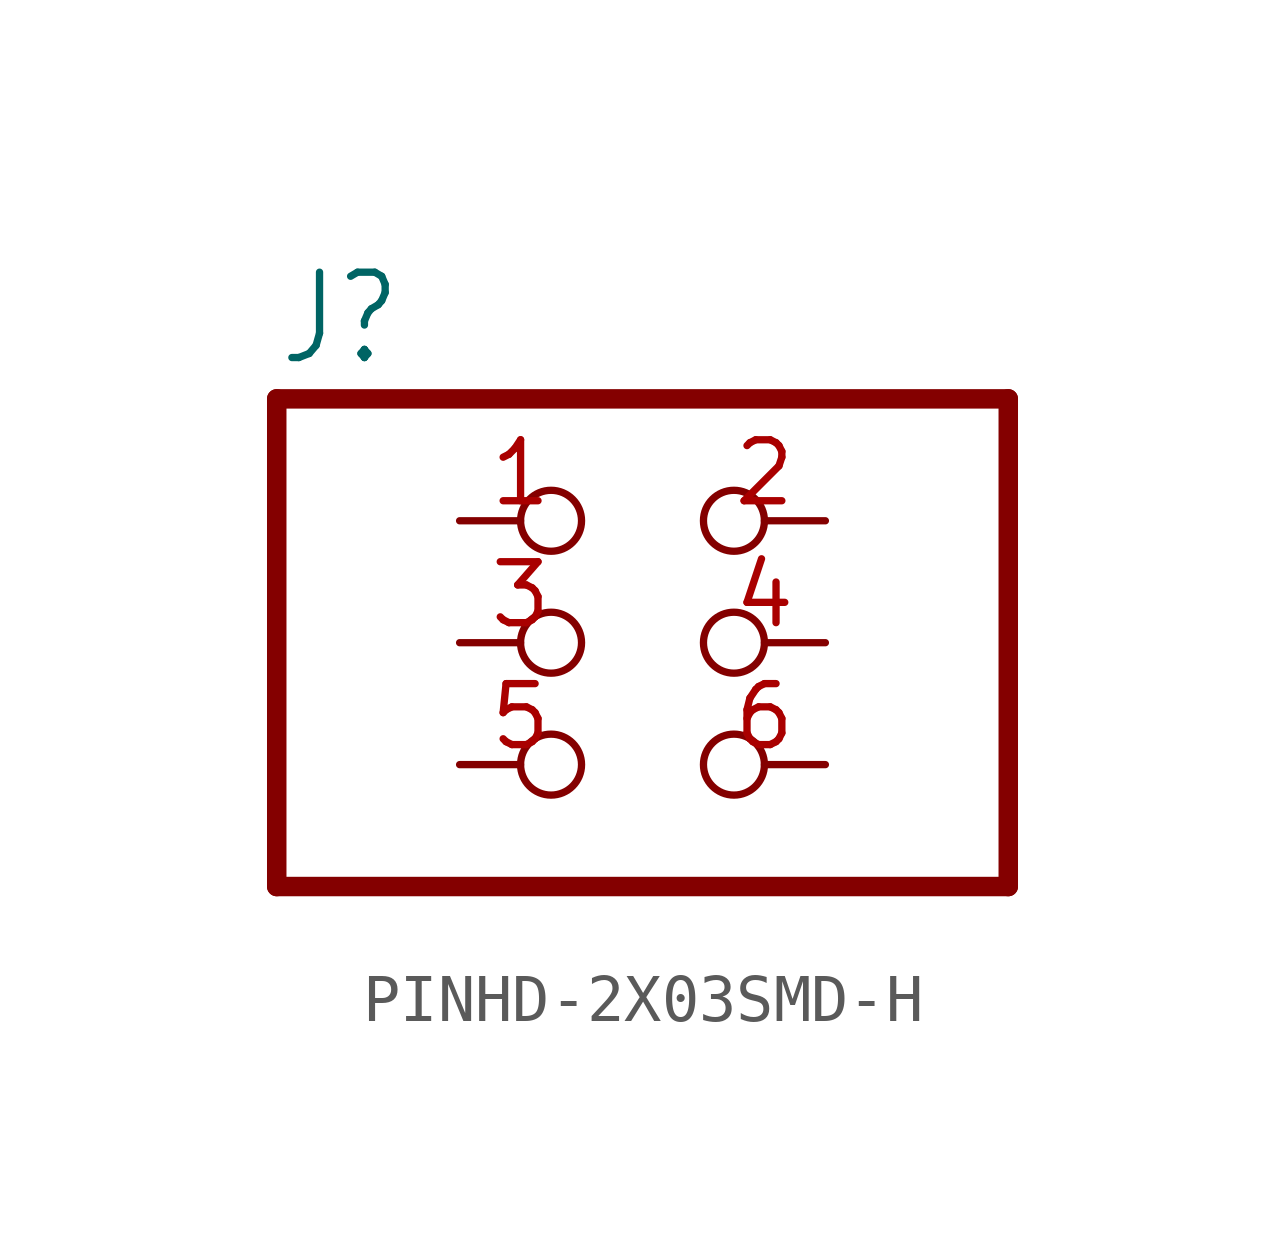
<source format=kicad_sym>
(kicad_symbol_lib
  (version 20231120)
  (generator "kicad_symbol_editor")
  (generator_version "8.0")
  (symbol "PINHD-2X03SMD-H"
    (property "Reference" "J"
      (at -6.35 5.715 0)
      (effects (font (size 1.778 1.511)) (justify left bottom)))
    (property "ki_locked" ""
      (at 0 0 0)
      (effects (font (size 1.27 1.27))))
    (symbol "PINHD-2X03SMD-H_1_0"
      (polyline (pts (xy -6.35 -5.08) (xy 8.89 -5.08)) (stroke (width 0.406) (type solid)) (fill (type none)))
      (polyline (pts (xy -6.35 5.08) (xy -6.35 -5.08)) (stroke (width 0.406) (type solid)) (fill (type none)))
      (polyline (pts (xy 8.89 -5.08) (xy 8.89 5.08)) (stroke (width 0.406) (type solid)) (fill (type none)))
      (polyline (pts (xy 8.89 5.08) (xy -6.35 5.08)) (stroke (width 0.406) (type solid)) (fill (type none)))
      (pin passive inverted (at -2.54 2.54 0) (length 2.54) (name "1" (effects (font (size 0 0)))) (number "1" (effects (font (size 1.27 1.27)))))
      (pin passive inverted (at 5.08 2.54 180) (length 2.54) (name "2" (effects (font (size 0 0)))) (number "2" (effects (font (size 1.27 1.27)))))
      (pin passive inverted (at -2.54 0 0) (length 2.54) (name "3" (effects (font (size 0 0)))) (number "3" (effects (font (size 1.27 1.27)))))
      (pin passive inverted (at 5.08 0 180) (length 2.54) (name "4" (effects (font (size 0 0)))) (number "4" (effects (font (size 1.27 1.27)))))
      (pin passive inverted (at -2.54 -2.54 0) (length 2.54) (name "5" (effects (font (size 0 0)))) (number "5" (effects (font (size 1.27 1.27)))))
      (pin passive inverted (at 5.08 -2.54 180) (length 2.54) (name "6" (effects (font (size 0 0)))) (number "6" (effects (font (size 1.27 1.27))))))))
</source>
